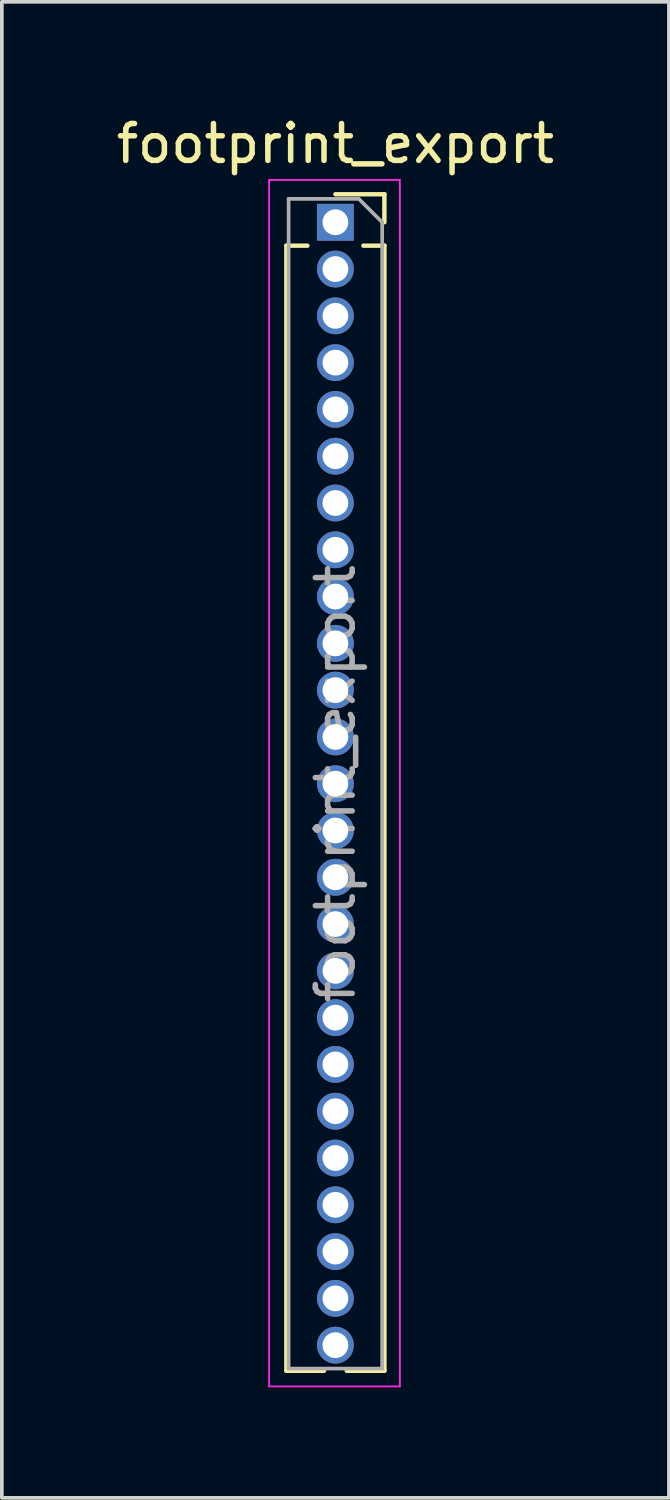
<source format=kicad_pcb>
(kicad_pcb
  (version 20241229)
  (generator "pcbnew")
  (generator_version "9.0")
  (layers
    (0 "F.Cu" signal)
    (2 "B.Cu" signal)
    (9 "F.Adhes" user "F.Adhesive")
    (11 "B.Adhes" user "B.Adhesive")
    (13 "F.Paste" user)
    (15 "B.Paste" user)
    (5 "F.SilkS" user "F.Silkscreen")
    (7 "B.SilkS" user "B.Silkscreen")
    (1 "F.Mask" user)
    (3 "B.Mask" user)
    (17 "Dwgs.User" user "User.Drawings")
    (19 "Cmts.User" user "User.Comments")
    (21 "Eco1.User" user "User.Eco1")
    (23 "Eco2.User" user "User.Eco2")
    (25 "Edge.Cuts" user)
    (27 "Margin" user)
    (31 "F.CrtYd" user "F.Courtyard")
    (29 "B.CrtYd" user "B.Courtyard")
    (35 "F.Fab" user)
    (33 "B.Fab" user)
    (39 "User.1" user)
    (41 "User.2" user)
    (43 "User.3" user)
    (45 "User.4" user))
  (footprint "footprint_export"
    (layer "F.Cu")
    (at 6.054 2.983)
    (property "Reference" "footprint_export" (at 0 -2.135 0) (layer "F.SilkS") (effects (font (size 1 1) (thickness 0.15))))
    (attr through_hole)
    (fp_line (start -1.33 0.635) (end -1.33 31.175) (stroke (width 0.12) (type solid)) (layer "F.SilkS"))
    (fp_line (start -1.33 0.635) (end -0.76 0.635) (stroke (width 0.12) (type solid)) (layer "F.SilkS"))
    (fp_line (start -1.33 31.175) (end -0.308 31.175) (stroke (width 0.12) (type solid)) (layer "F.SilkS"))
    (fp_line (start 0 -0.76) (end 1.33 -0.76) (stroke (width 0.12) (type solid)) (layer "F.SilkS"))
    (fp_line (start 0.308 31.175) (end 1.33 31.175) (stroke (width 0.12) (type solid)) (layer "F.SilkS"))
    (fp_line (start 0.76 0.635) (end 1.33 0.635) (stroke (width 0.12) (type solid)) (layer "F.SilkS"))
    (fp_line (start 1.33 -0.76) (end 1.33 0) (stroke (width 0.12) (type solid)) (layer "F.SilkS"))
    (fp_line (start 1.33 0.635) (end 1.33 31.175) (stroke (width 0.12) (type solid)) (layer "F.SilkS"))
    (fp_line (start -1.8 -1.15) (end 1.75 -1.15) (stroke (width 0.05) (type solid)) (layer "F.CrtYd"))
    (fp_line (start -1.8 31.6) (end -1.8 -1.15) (stroke (width 0.05) (type solid)) (layer "F.CrtYd"))
    (fp_line (start 1.75 -1.15) (end 1.75 31.6) (stroke (width 0.05) (type solid)) (layer "F.CrtYd"))
    (fp_line (start 1.75 31.6) (end -1.8 31.6) (stroke (width 0.05) (type solid)) (layer "F.CrtYd"))
    (fp_line (start -1.27 -0.635) (end 0.635 -0.635) (stroke (width 0.1) (type solid)) (layer "F.Fab"))
    (fp_line (start -1.27 31.115) (end -1.27 -0.635) (stroke (width 0.1) (type solid)) (layer "F.Fab"))
    (fp_line (start 0.635 -0.635) (end 1.27 0) (stroke (width 0.1) (type solid)) (layer "F.Fab"))
    (fp_line (start 1.27 0) (end 1.27 31.115) (stroke (width 0.1) (type solid)) (layer "F.Fab"))
    (fp_line (start 1.27 31.115) (end -1.27 31.115) (stroke (width 0.1) (type solid)) (layer "F.Fab"))
    (fp_text user "${REFERENCE}" (at 0 15.24 90) (layer "F.Fab") (effects (font (size 1 1) (thickness 0.15))))
    (pad "1" thru_hole rect (at 0 0) (size 1 1) (drill 0.7) (layers "*.Cu" "*.Mask"))
    (pad "2" thru_hole oval (at 0 1.27) (size 1 1) (drill 0.7) (layers "*.Cu" "*.Mask"))
    (pad "3" thru_hole oval (at 0 2.54) (size 1 1) (drill 0.7) (layers "*.Cu" "*.Mask"))
    (pad "4" thru_hole oval (at 0 3.81) (size 1 1) (drill 0.7) (layers "*.Cu" "*.Mask"))
    (pad "5" thru_hole oval (at 0 5.08) (size 1 1) (drill 0.7) (layers "*.Cu" "*.Mask"))
    (pad "6" thru_hole oval (at 0 6.35) (size 1 1) (drill 0.7) (layers "*.Cu" "*.Mask"))
    (pad "7" thru_hole oval (at 0 7.62) (size 1 1) (drill 0.7) (layers "*.Cu" "*.Mask"))
    (pad "8" thru_hole oval (at 0 8.89) (size 1 1) (drill 0.7) (layers "*.Cu" "*.Mask"))
    (pad "9" thru_hole oval (at 0 10.16) (size 1 1) (drill 0.7) (layers "*.Cu" "*.Mask"))
    (pad "10" thru_hole oval (at 0 11.43) (size 1 1) (drill 0.7) (layers "*.Cu" "*.Mask"))
    (pad "11" thru_hole oval (at 0 12.7) (size 1 1) (drill 0.7) (layers "*.Cu" "*.Mask"))
    (pad "12" thru_hole oval (at 0 13.97) (size 1 1) (drill 0.7) (layers "*.Cu" "*.Mask"))
    (pad "13" thru_hole oval (at 0 15.24) (size 1 1) (drill 0.7) (layers "*.Cu" "*.Mask"))
    (pad "14" thru_hole oval (at 0 16.51) (size 1 1) (drill 0.7) (layers "*.Cu" "*.Mask"))
    (pad "15" thru_hole oval (at 0 17.78) (size 1 1) (drill 0.7) (layers "*.Cu" "*.Mask"))
    (pad "16" thru_hole oval (at 0 19.05) (size 1 1) (drill 0.7) (layers "*.Cu" "*.Mask"))
    (pad "17" thru_hole oval (at 0 20.32) (size 1 1) (drill 0.7) (layers "*.Cu" "*.Mask"))
    (pad "18" thru_hole oval (at 0 21.59) (size 1 1) (drill 0.7) (layers "*.Cu" "*.Mask"))
    (pad "19" thru_hole oval (at 0 22.86) (size 1 1) (drill 0.7) (layers "*.Cu" "*.Mask"))
    (pad "20" thru_hole oval (at 0 24.13) (size 1 1) (drill 0.7) (layers "*.Cu" "*.Mask"))
    (pad "21" thru_hole oval (at 0 25.4) (size 1 1) (drill 0.7) (layers "*.Cu" "*.Mask"))
    (pad "22" thru_hole oval (at 0 26.67) (size 1 1) (drill 0.7) (layers "*.Cu" "*.Mask"))
    (pad "23" thru_hole oval (at 0 27.94) (size 1 1) (drill 0.7) (layers "*.Cu" "*.Mask"))
    (pad "24" thru_hole oval (at 0 29.21) (size 1 1) (drill 0.7) (layers "*.Cu" "*.Mask"))
    (pad "25" thru_hole oval (at 0 30.48) (size 1 1) (drill 0.7) (layers "*.Cu" "*.Mask")))
  (gr_rect
    (start -3 -3)
    (end 15.107 37.608)
    (stroke (width 0.1) (type default))
    (fill no)
    (layer "Edge.Cuts")))
</source>
